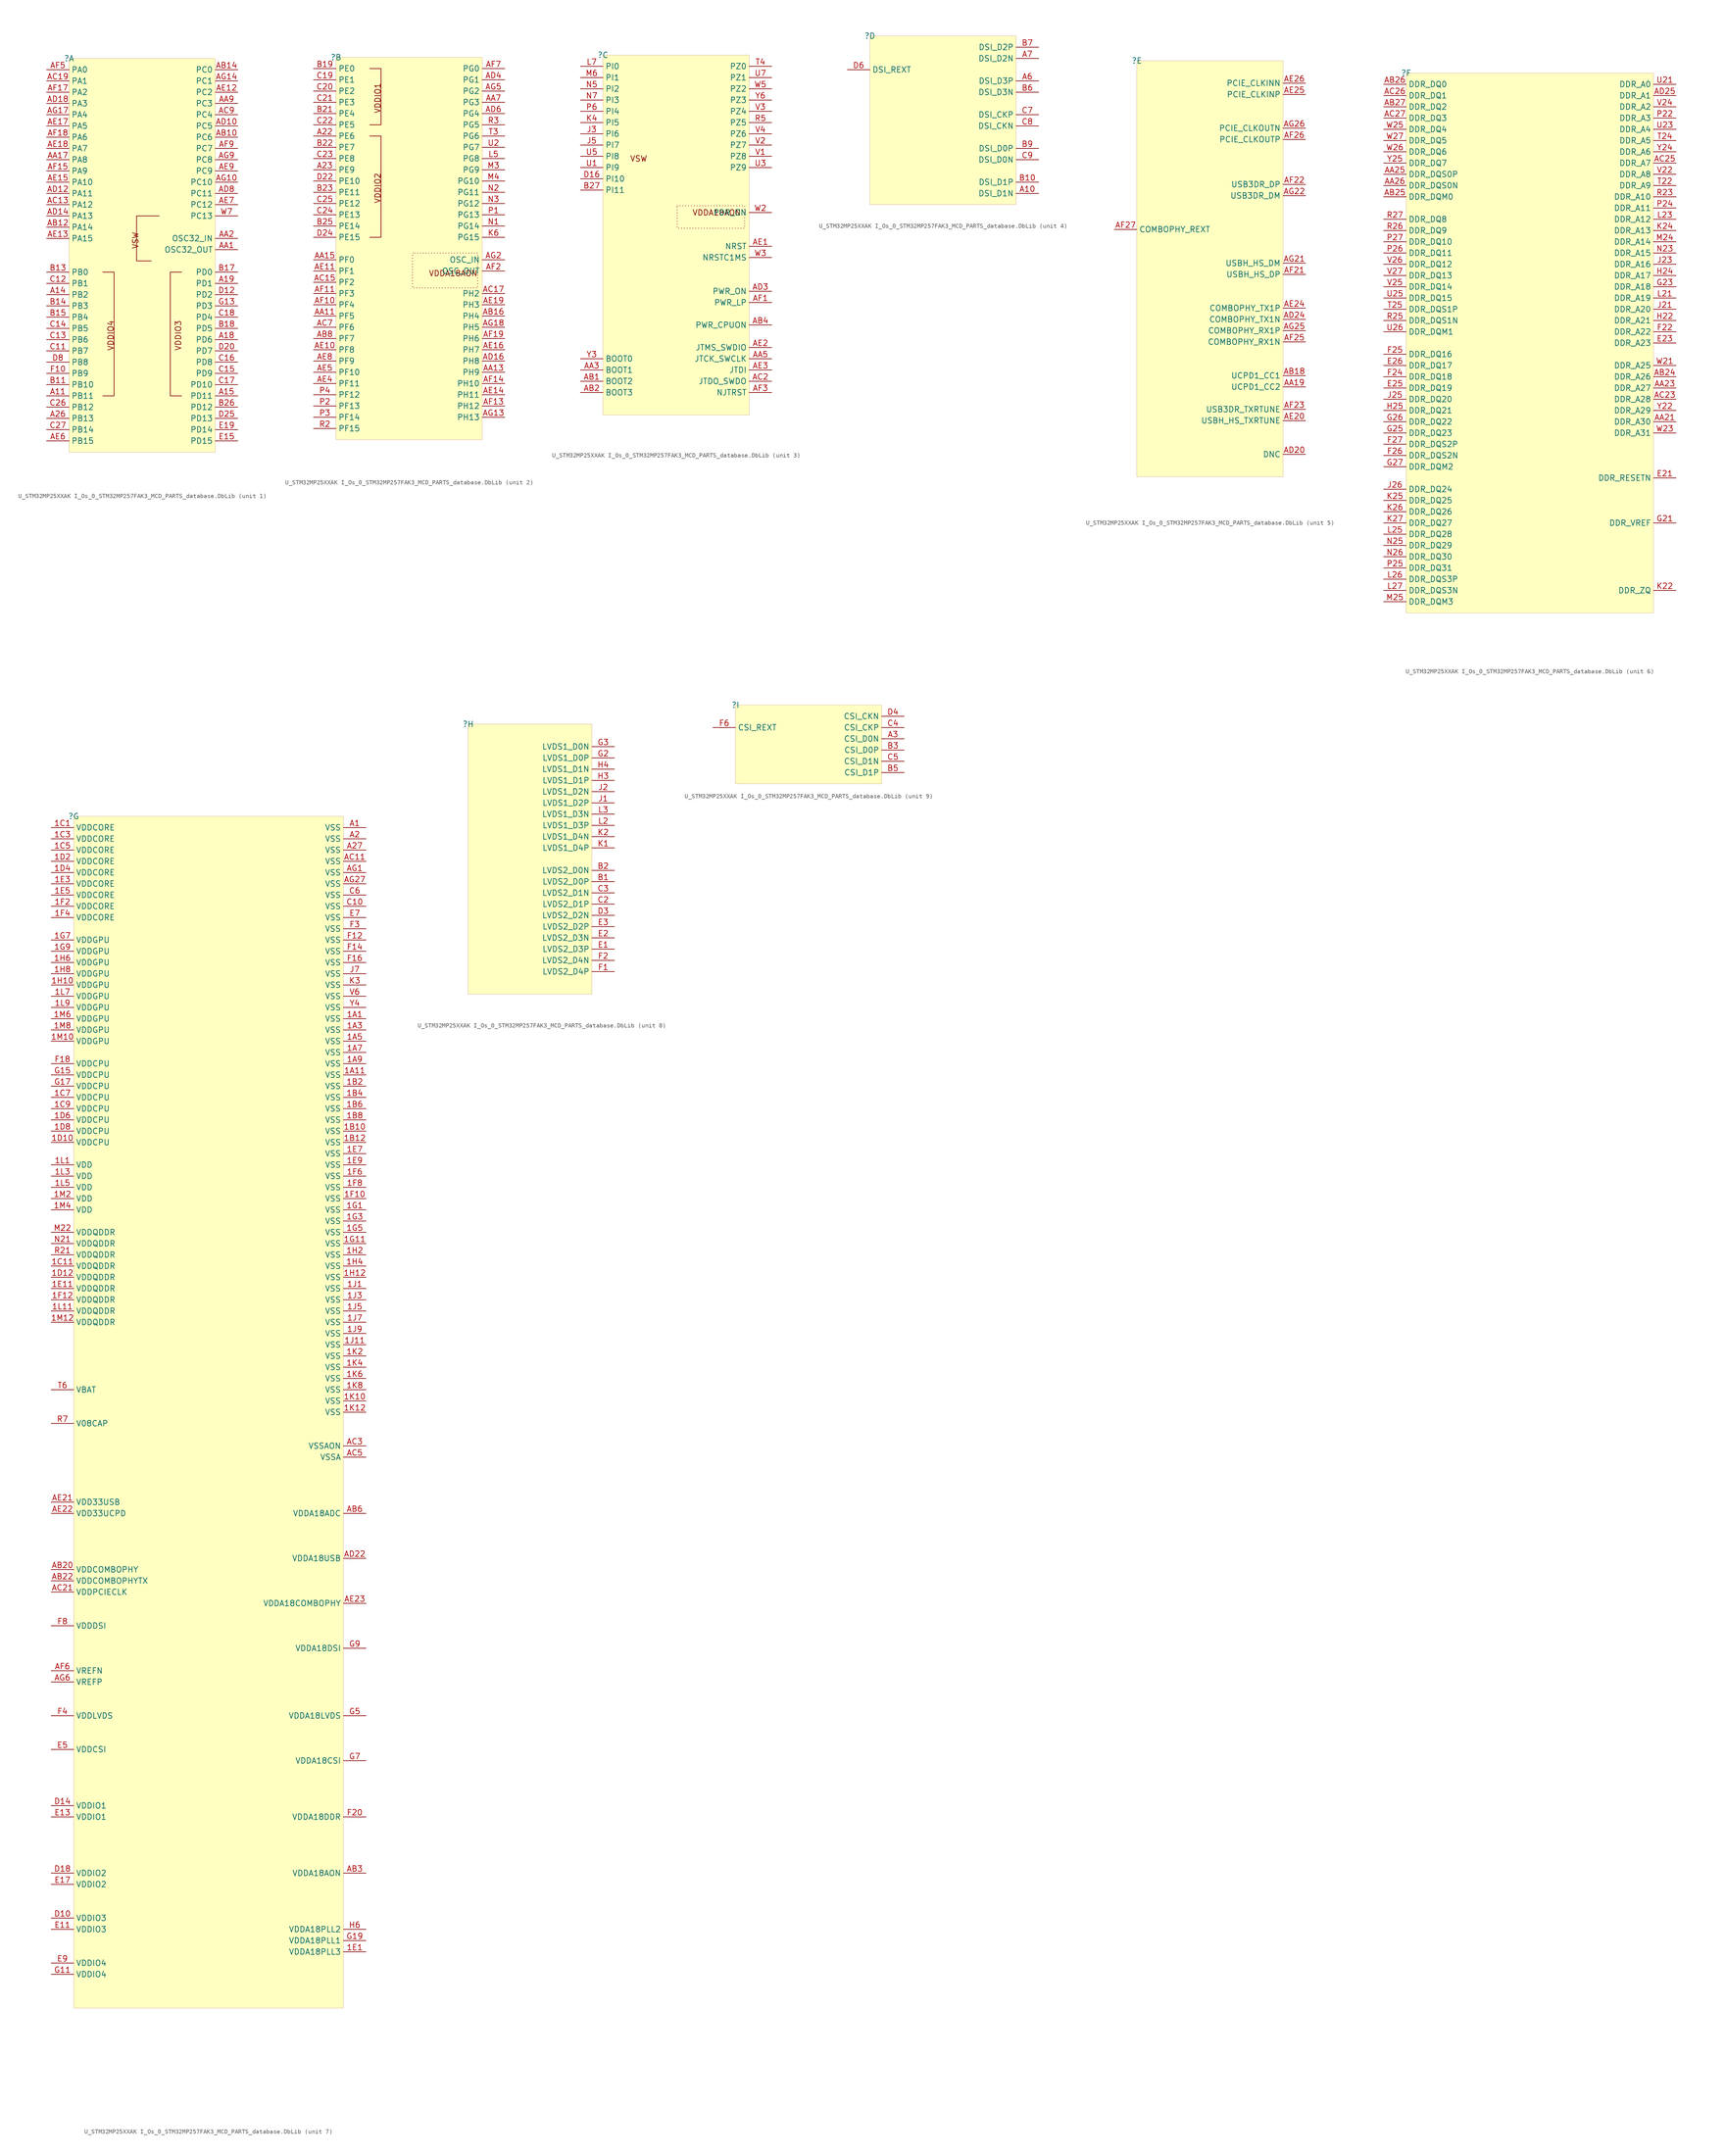
<source format=kicad_sym>
(kicad_symbol_lib
  (version 20241209)
  (generator "kicad_symbol_editor")
  (generator_version "9.0")
  (symbol "U_STM32MP25XXAK I_Os_0_STM32MP257FAK3_MCD_PARTS_database.DbLib"
    (property "Reference" ""
      (at 0 0 0)
      (effects (font (size 1.27 1.27))))
    (property "Value" ""
      (at 0 0 0)
      (effects (font (size 1.27 1.27))))
    (symbol "U_STM32MP25XXAK I_Os_0_STM32MP257FAK3_MCD_PARTS_database.DbLib_1_0"
      (polyline (pts (xy 7.62 -48.26) (xy 10.16 -48.26) (xy 10.16 -76.2) (xy 7.62 -76.2)) (stroke (width 0) (type solid)) (fill (type none)))
      (polyline (pts (xy 20.32 -35.56) (xy 15.24 -35.56) (xy 15.24 -45.72) (xy 18.542 -45.72)) (stroke (width 0) (type solid)) (fill (type none)))
      (polyline (pts (xy 25.4 -48.26) (xy 22.86 -48.26) (xy 22.86 -76.2) (xy 25.4 -76.2)) (stroke (width 0) (type solid)) (fill (type none)))
      (rectangle (start 33.02 0) (end 0 -88.9) (stroke (width 0.025) (type solid) (color 128 0 0 1)) (fill (type background)))
      (text "VDDIO4" (at 10.16 -66.04 900) (effects (font (size 1.27 1.27)) (justify left bottom)))
      (text "VSW" (at 15.748 -39.116 900) (effects (font (size 1.27 1.27)) (justify right bottom)))
      (text "VDDIO3" (at 25.4 -66.04 900) (effects (font (size 1.27 1.27)) (justify left bottom)))
      (pin passive line (at -5.08 -2.54 0) (length 5.08) (name "PA0" (effects (font (size 1.27 1.27)))) (number "AF5" (effects (font (size 1.27 1.27)))))
      (pin passive line (at -5.08 -5.08 0) (length 5.08) (name "PA1" (effects (font (size 1.27 1.27)))) (number "AC19" (effects (font (size 1.27 1.27)))))
      (pin passive line (at -5.08 -7.62 0) (length 5.08) (name "PA2" (effects (font (size 1.27 1.27)))) (number "AF17" (effects (font (size 1.27 1.27)))))
      (pin passive line (at -5.08 -10.16 0) (length 5.08) (name "PA3" (effects (font (size 1.27 1.27)))) (number "AD18" (effects (font (size 1.27 1.27)))))
      (pin passive line (at -5.08 -12.7 0) (length 5.08) (name "PA4" (effects (font (size 1.27 1.27)))) (number "AG17" (effects (font (size 1.27 1.27)))))
      (pin passive line (at -5.08 -15.24 0) (length 5.08) (name "PA5" (effects (font (size 1.27 1.27)))) (number "AE17" (effects (font (size 1.27 1.27)))))
      (pin passive line (at -5.08 -17.78 0) (length 5.08) (name "PA6" (effects (font (size 1.27 1.27)))) (number "AF18" (effects (font (size 1.27 1.27)))))
      (pin passive line (at -5.08 -20.32 0) (length 5.08) (name "PA7" (effects (font (size 1.27 1.27)))) (number "AE18" (effects (font (size 1.27 1.27)))))
      (pin passive line (at -5.08 -22.86 0) (length 5.08) (name "PA8" (effects (font (size 1.27 1.27)))) (number "AA17" (effects (font (size 1.27 1.27)))))
      (pin passive line (at -5.08 -25.4 0) (length 5.08) (name "PA9" (effects (font (size 1.27 1.27)))) (number "AF15" (effects (font (size 1.27 1.27)))))
      (pin passive line (at -5.08 -27.94 0) (length 5.08) (name "PA10" (effects (font (size 1.27 1.27)))) (number "AE15" (effects (font (size 1.27 1.27)))))
      (pin passive line (at -5.08 -30.48 0) (length 5.08) (name "PA11" (effects (font (size 1.27 1.27)))) (number "AD12" (effects (font (size 1.27 1.27)))))
      (pin passive line (at -5.08 -33.02 0) (length 5.08) (name "PA12" (effects (font (size 1.27 1.27)))) (number "AC13" (effects (font (size 1.27 1.27)))))
      (pin passive line (at -5.08 -35.56 0) (length 5.08) (name "PA13" (effects (font (size 1.27 1.27)))) (number "AD14" (effects (font (size 1.27 1.27)))))
      (pin passive line (at -5.08 -38.1 0) (length 5.08) (name "PA14" (effects (font (size 1.27 1.27)))) (number "AB12" (effects (font (size 1.27 1.27)))))
      (pin passive line (at -5.08 -40.64 0) (length 5.08) (name "PA15" (effects (font (size 1.27 1.27)))) (number "AE13" (effects (font (size 1.27 1.27)))))
      (pin passive line (at -5.08 -48.26 0) (length 5.08) (name "PB0" (effects (font (size 1.27 1.27)))) (number "B13" (effects (font (size 1.27 1.27)))))
      (pin passive line (at -5.08 -50.8 0) (length 5.08) (name "PB1" (effects (font (size 1.27 1.27)))) (number "C12" (effects (font (size 1.27 1.27)))))
      (pin passive line (at -5.08 -53.34 0) (length 5.08) (name "PB2" (effects (font (size 1.27 1.27)))) (number "A14" (effects (font (size 1.27 1.27)))))
      (pin passive line (at -5.08 -55.88 0) (length 5.08) (name "PB3" (effects (font (size 1.27 1.27)))) (number "B14" (effects (font (size 1.27 1.27)))))
      (pin passive line (at -5.08 -58.42 0) (length 5.08) (name "PB4" (effects (font (size 1.27 1.27)))) (number "B15" (effects (font (size 1.27 1.27)))))
      (pin passive line (at -5.08 -60.96 0) (length 5.08) (name "PB5" (effects (font (size 1.27 1.27)))) (number "C14" (effects (font (size 1.27 1.27)))))
      (pin passive line (at -5.08 -63.5 0) (length 5.08) (name "PB6" (effects (font (size 1.27 1.27)))) (number "C13" (effects (font (size 1.27 1.27)))))
      (pin passive line (at -5.08 -66.04 0) (length 5.08) (name "PB7" (effects (font (size 1.27 1.27)))) (number "C11" (effects (font (size 1.27 1.27)))))
      (pin passive line (at -5.08 -68.58 0) (length 5.08) (name "PB8" (effects (font (size 1.27 1.27)))) (number "D8" (effects (font (size 1.27 1.27)))))
      (pin passive line (at -5.08 -71.12 0) (length 5.08) (name "PB9" (effects (font (size 1.27 1.27)))) (number "F10" (effects (font (size 1.27 1.27)))))
      (pin passive line (at -5.08 -73.66 0) (length 5.08) (name "PB10" (effects (font (size 1.27 1.27)))) (number "B11" (effects (font (size 1.27 1.27)))))
      (pin passive line (at -5.08 -76.2 0) (length 5.08) (name "PB11" (effects (font (size 1.27 1.27)))) (number "A11" (effects (font (size 1.27 1.27)))))
      (pin passive line (at -5.08 -78.74 0) (length 5.08) (name "PB12" (effects (font (size 1.27 1.27)))) (number "C26" (effects (font (size 1.27 1.27)))))
      (pin passive line (at -5.08 -81.28 0) (length 5.08) (name "PB13" (effects (font (size 1.27 1.27)))) (number "A26" (effects (font (size 1.27 1.27)))))
      (pin passive line (at -5.08 -83.82 0) (length 5.08) (name "PB14" (effects (font (size 1.27 1.27)))) (number "C27" (effects (font (size 1.27 1.27)))))
      (pin passive line (at -5.08 -86.36 0) (length 5.08) (name "PB15" (effects (font (size 1.27 1.27)))) (number "AE6" (effects (font (size 1.27 1.27)))))
      (pin passive line (at 38.1 -2.54 180) (length 5.08) (name "PC0" (effects (font (size 1.27 1.27)))) (number "AB14" (effects (font (size 1.27 1.27)))))
      (pin passive line (at 38.1 -5.08 180) (length 5.08) (name "PC1" (effects (font (size 1.27 1.27)))) (number "AG14" (effects (font (size 1.27 1.27)))))
      (pin passive line (at 38.1 -7.62 180) (length 5.08) (name "PC2" (effects (font (size 1.27 1.27)))) (number "AE12" (effects (font (size 1.27 1.27)))))
      (pin passive line (at 38.1 -10.16 180) (length 5.08) (name "PC3" (effects (font (size 1.27 1.27)))) (number "AA9" (effects (font (size 1.27 1.27)))))
      (pin passive line (at 38.1 -12.7 180) (length 5.08) (name "PC4" (effects (font (size 1.27 1.27)))) (number "AC9" (effects (font (size 1.27 1.27)))))
      (pin passive line (at 38.1 -15.24 180) (length 5.08) (name "PC5" (effects (font (size 1.27 1.27)))) (number "AD10" (effects (font (size 1.27 1.27)))))
      (pin passive line (at 38.1 -17.78 180) (length 5.08) (name "PC6" (effects (font (size 1.27 1.27)))) (number "AB10" (effects (font (size 1.27 1.27)))))
      (pin passive line (at 38.1 -20.32 180) (length 5.08) (name "PC7" (effects (font (size 1.27 1.27)))) (number "AF9" (effects (font (size 1.27 1.27)))))
      (pin passive line (at 38.1 -22.86 180) (length 5.08) (name "PC8" (effects (font (size 1.27 1.27)))) (number "AG9" (effects (font (size 1.27 1.27)))))
      (pin passive line (at 38.1 -25.4 180) (length 5.08) (name "PC9" (effects (font (size 1.27 1.27)))) (number "AE9" (effects (font (size 1.27 1.27)))))
      (pin passive line (at 38.1 -27.94 180) (length 5.08) (name "PC10" (effects (font (size 1.27 1.27)))) (number "AG10" (effects (font (size 1.27 1.27)))))
      (pin passive line (at 38.1 -30.48 180) (length 5.08) (name "PC11" (effects (font (size 1.27 1.27)))) (number "AD8" (effects (font (size 1.27 1.27)))))
      (pin passive line (at 38.1 -33.02 180) (length 5.08) (name "PC12" (effects (font (size 1.27 1.27)))) (number "AE7" (effects (font (size 1.27 1.27)))))
      (pin passive line (at 38.1 -35.56 180) (length 5.08) (name "PC13" (effects (font (size 1.27 1.27)))) (number "W7" (effects (font (size 1.27 1.27)))))
      (pin passive line (at 38.1 -40.64 180) (length 5.08) (name "OSC32_IN" (effects (font (size 1.27 1.27)))) (number "AA2" (effects (font (size 1.27 1.27)))))
      (pin passive line (at 38.1 -43.18 180) (length 5.08) (name "OSC32_OUT" (effects (font (size 1.27 1.27)))) (number "AA1" (effects (font (size 1.27 1.27)))))
      (pin passive line (at 38.1 -48.26 180) (length 5.08) (name "PD0" (effects (font (size 1.27 1.27)))) (number "B17" (effects (font (size 1.27 1.27)))))
      (pin passive line (at 38.1 -50.8 180) (length 5.08) (name "PD1" (effects (font (size 1.27 1.27)))) (number "A19" (effects (font (size 1.27 1.27)))))
      (pin passive line (at 38.1 -53.34 180) (length 5.08) (name "PD2" (effects (font (size 1.27 1.27)))) (number "D12" (effects (font (size 1.27 1.27)))))
      (pin passive line (at 38.1 -55.88 180) (length 5.08) (name "PD3" (effects (font (size 1.27 1.27)))) (number "G13" (effects (font (size 1.27 1.27)))))
      (pin passive line (at 38.1 -58.42 180) (length 5.08) (name "PD4" (effects (font (size 1.27 1.27)))) (number "C18" (effects (font (size 1.27 1.27)))))
      (pin passive line (at 38.1 -60.96 180) (length 5.08) (name "PD5" (effects (font (size 1.27 1.27)))) (number "B18" (effects (font (size 1.27 1.27)))))
      (pin passive line (at 38.1 -63.5 180) (length 5.08) (name "PD6" (effects (font (size 1.27 1.27)))) (number "A18" (effects (font (size 1.27 1.27)))))
      (pin passive line (at 38.1 -66.04 180) (length 5.08) (name "PD7" (effects (font (size 1.27 1.27)))) (number "D20" (effects (font (size 1.27 1.27)))))
      (pin passive line (at 38.1 -68.58 180) (length 5.08) (name "PD8" (effects (font (size 1.27 1.27)))) (number "C16" (effects (font (size 1.27 1.27)))))
      (pin passive line (at 38.1 -71.12 180) (length 5.08) (name "PD9" (effects (font (size 1.27 1.27)))) (number "C15" (effects (font (size 1.27 1.27)))))
      (pin passive line (at 38.1 -73.66 180) (length 5.08) (name "PD10" (effects (font (size 1.27 1.27)))) (number "C17" (effects (font (size 1.27 1.27)))))
      (pin passive line (at 38.1 -76.2 180) (length 5.08) (name "PD11" (effects (font (size 1.27 1.27)))) (number "A15" (effects (font (size 1.27 1.27)))))
      (pin passive line (at 38.1 -78.74 180) (length 5.08) (name "PD12" (effects (font (size 1.27 1.27)))) (number "B26" (effects (font (size 1.27 1.27)))))
      (pin passive line (at 38.1 -81.28 180) (length 5.08) (name "PD13" (effects (font (size 1.27 1.27)))) (number "D25" (effects (font (size 1.27 1.27)))))
      (pin passive line (at 38.1 -83.82 180) (length 5.08) (name "PD14" (effects (font (size 1.27 1.27)))) (number "E19" (effects (font (size 1.27 1.27)))))
      (pin passive line (at 38.1 -86.36 180) (length 5.08) (name "PD15" (effects (font (size 1.27 1.27)))) (number "E15" (effects (font (size 1.27 1.27))))))
    (symbol "U_STM32MP25XXAK I_Os_0_STM32MP257FAK3_MCD_PARTS_database.DbLib_2_0"
      (polyline (pts (xy 7.62 -2.54) (xy 10.16 -2.54) (xy 10.16 -15.24) (xy 7.62 -15.24)) (stroke (width 0) (type solid)) (fill (type none)))
      (polyline (pts (xy 7.62 -17.78) (xy 10.16 -17.78) (xy 10.16 -40.64) (xy 7.62 -40.64)) (stroke (width 0) (type solid)) (fill (type none)))
      (polyline (pts (xy 17.78 -44.196) (xy 32.004 -44.196) (xy 32.004 -52.07) (xy 17.272 -52.07) (xy 17.272 -44.196) (xy 17.78 -44.196)) (stroke (width 0) (type dot)) (fill (type none)))
      (rectangle (start 33.02 0) (end 0 -86.36) (stroke (width 0.025) (type solid) (color 128 0 0 1)) (fill (type background)))
      (text "VDDIO1" (at 10.16 -12.7 900) (effects (font (size 1.27 1.27)) (justify left bottom)))
      (text "VDDIO2" (at 10.16 -33.02 900) (effects (font (size 1.27 1.27)) (justify left bottom)))
      (text "VDDA18AON" (at 32.004 -49.53 0) (effects (font (size 1.27 1.27)) (justify right bottom)))
      (pin passive line (at -5.08 -2.54 0) (length 5.08) (name "PE0" (effects (font (size 1.27 1.27)))) (number "B19" (effects (font (size 1.27 1.27)))))
      (pin passive line (at -5.08 -5.08 0) (length 5.08) (name "PE1" (effects (font (size 1.27 1.27)))) (number "C19" (effects (font (size 1.27 1.27)))))
      (pin passive line (at -5.08 -7.62 0) (length 5.08) (name "PE2" (effects (font (size 1.27 1.27)))) (number "C20" (effects (font (size 1.27 1.27)))))
      (pin passive line (at -5.08 -10.16 0) (length 5.08) (name "PE3" (effects (font (size 1.27 1.27)))) (number "C21" (effects (font (size 1.27 1.27)))))
      (pin passive line (at -5.08 -12.7 0) (length 5.08) (name "PE4" (effects (font (size 1.27 1.27)))) (number "B21" (effects (font (size 1.27 1.27)))))
      (pin passive line (at -5.08 -15.24 0) (length 5.08) (name "PE5" (effects (font (size 1.27 1.27)))) (number "C22" (effects (font (size 1.27 1.27)))))
      (pin passive line (at -5.08 -17.78 0) (length 5.08) (name "PE6" (effects (font (size 1.27 1.27)))) (number "A22" (effects (font (size 1.27 1.27)))))
      (pin passive line (at -5.08 -20.32 0) (length 5.08) (name "PE7" (effects (font (size 1.27 1.27)))) (number "B22" (effects (font (size 1.27 1.27)))))
      (pin passive line (at -5.08 -22.86 0) (length 5.08) (name "PE8" (effects (font (size 1.27 1.27)))) (number "C23" (effects (font (size 1.27 1.27)))))
      (pin passive line (at -5.08 -25.4 0) (length 5.08) (name "PE9" (effects (font (size 1.27 1.27)))) (number "A23" (effects (font (size 1.27 1.27)))))
      (pin passive line (at -5.08 -27.94 0) (length 5.08) (name "PE10" (effects (font (size 1.27 1.27)))) (number "D22" (effects (font (size 1.27 1.27)))))
      (pin passive line (at -5.08 -30.48 0) (length 5.08) (name "PE11" (effects (font (size 1.27 1.27)))) (number "B23" (effects (font (size 1.27 1.27)))))
      (pin passive line (at -5.08 -33.02 0) (length 5.08) (name "PE12" (effects (font (size 1.27 1.27)))) (number "C25" (effects (font (size 1.27 1.27)))))
      (pin passive line (at -5.08 -35.56 0) (length 5.08) (name "PE13" (effects (font (size 1.27 1.27)))) (number "C24" (effects (font (size 1.27 1.27)))))
      (pin passive line (at -5.08 -38.1 0) (length 5.08) (name "PE14" (effects (font (size 1.27 1.27)))) (number "B25" (effects (font (size 1.27 1.27)))))
      (pin passive line (at -5.08 -40.64 0) (length 5.08) (name "PE15" (effects (font (size 1.27 1.27)))) (number "D24" (effects (font (size 1.27 1.27)))))
      (pin passive line (at -5.08 -45.72 0) (length 5.08) (name "PF0" (effects (font (size 1.27 1.27)))) (number "AA15" (effects (font (size 1.27 1.27)))))
      (pin passive line (at -5.08 -48.26 0) (length 5.08) (name "PF1" (effects (font (size 1.27 1.27)))) (number "AE11" (effects (font (size 1.27 1.27)))))
      (pin passive line (at -5.08 -50.8 0) (length 5.08) (name "PF2" (effects (font (size 1.27 1.27)))) (number "AC15" (effects (font (size 1.27 1.27)))))
      (pin passive line (at -5.08 -53.34 0) (length 5.08) (name "PF3" (effects (font (size 1.27 1.27)))) (number "AF11" (effects (font (size 1.27 1.27)))))
      (pin passive line (at -5.08 -55.88 0) (length 5.08) (name "PF4" (effects (font (size 1.27 1.27)))) (number "AF10" (effects (font (size 1.27 1.27)))))
      (pin passive line (at -5.08 -58.42 0) (length 5.08) (name "PF5" (effects (font (size 1.27 1.27)))) (number "AA11" (effects (font (size 1.27 1.27)))))
      (pin passive line (at -5.08 -60.96 0) (length 5.08) (name "PF6" (effects (font (size 1.27 1.27)))) (number "AC7" (effects (font (size 1.27 1.27)))))
      (pin passive line (at -5.08 -63.5 0) (length 5.08) (name "PF7" (effects (font (size 1.27 1.27)))) (number "AB8" (effects (font (size 1.27 1.27)))))
      (pin passive line (at -5.08 -66.04 0) (length 5.08) (name "PF8" (effects (font (size 1.27 1.27)))) (number "AE10" (effects (font (size 1.27 1.27)))))
      (pin passive line (at -5.08 -68.58 0) (length 5.08) (name "PF9" (effects (font (size 1.27 1.27)))) (number "AE8" (effects (font (size 1.27 1.27)))))
      (pin passive line (at -5.08 -71.12 0) (length 5.08) (name "PF10" (effects (font (size 1.27 1.27)))) (number "AE5" (effects (font (size 1.27 1.27)))))
      (pin passive line (at -5.08 -73.66 0) (length 5.08) (name "PF11" (effects (font (size 1.27 1.27)))) (number "AE4" (effects (font (size 1.27 1.27)))))
      (pin passive line (at -5.08 -76.2 0) (length 5.08) (name "PF12" (effects (font (size 1.27 1.27)))) (number "P4" (effects (font (size 1.27 1.27)))))
      (pin passive line (at -5.08 -78.74 0) (length 5.08) (name "PF13" (effects (font (size 1.27 1.27)))) (number "P2" (effects (font (size 1.27 1.27)))))
      (pin passive line (at -5.08 -81.28 0) (length 5.08) (name "PF14" (effects (font (size 1.27 1.27)))) (number "P3" (effects (font (size 1.27 1.27)))))
      (pin passive line (at -5.08 -83.82 0) (length 5.08) (name "PF15" (effects (font (size 1.27 1.27)))) (number "R2" (effects (font (size 1.27 1.27)))))
      (pin passive line (at 38.1 -2.54 180) (length 5.08) (name "PG0" (effects (font (size 1.27 1.27)))) (number "AF7" (effects (font (size 1.27 1.27)))))
      (pin passive line (at 38.1 -5.08 180) (length 5.08) (name "PG1" (effects (font (size 1.27 1.27)))) (number "AD4" (effects (font (size 1.27 1.27)))))
      (pin passive line (at 38.1 -7.62 180) (length 5.08) (name "PG2" (effects (font (size 1.27 1.27)))) (number "AG5" (effects (font (size 1.27 1.27)))))
      (pin passive line (at 38.1 -10.16 180) (length 5.08) (name "PG3" (effects (font (size 1.27 1.27)))) (number "AA7" (effects (font (size 1.27 1.27)))))
      (pin passive line (at 38.1 -12.7 180) (length 5.08) (name "PG4" (effects (font (size 1.27 1.27)))) (number "AD6" (effects (font (size 1.27 1.27)))))
      (pin passive line (at 38.1 -15.24 180) (length 5.08) (name "PG5" (effects (font (size 1.27 1.27)))) (number "R3" (effects (font (size 1.27 1.27)))))
      (pin passive line (at 38.1 -17.78 180) (length 5.08) (name "PG6" (effects (font (size 1.27 1.27)))) (number "T3" (effects (font (size 1.27 1.27)))))
      (pin passive line (at 38.1 -20.32 180) (length 5.08) (name "PG7" (effects (font (size 1.27 1.27)))) (number "U2" (effects (font (size 1.27 1.27)))))
      (pin passive line (at 38.1 -22.86 180) (length 5.08) (name "PG8" (effects (font (size 1.27 1.27)))) (number "L5" (effects (font (size 1.27 1.27)))))
      (pin passive line (at 38.1 -25.4 180) (length 5.08) (name "PG9" (effects (font (size 1.27 1.27)))) (number "M3" (effects (font (size 1.27 1.27)))))
      (pin passive line (at 38.1 -27.94 180) (length 5.08) (name "PG10" (effects (font (size 1.27 1.27)))) (number "M4" (effects (font (size 1.27 1.27)))))
      (pin passive line (at 38.1 -30.48 180) (length 5.08) (name "PG11" (effects (font (size 1.27 1.27)))) (number "N2" (effects (font (size 1.27 1.27)))))
      (pin passive line (at 38.1 -33.02 180) (length 5.08) (name "PG12" (effects (font (size 1.27 1.27)))) (number "N3" (effects (font (size 1.27 1.27)))))
      (pin passive line (at 38.1 -35.56 180) (length 5.08) (name "PG13" (effects (font (size 1.27 1.27)))) (number "P1" (effects (font (size 1.27 1.27)))))
      (pin passive line (at 38.1 -38.1 180) (length 5.08) (name "PG14" (effects (font (size 1.27 1.27)))) (number "N1" (effects (font (size 1.27 1.27)))))
      (pin passive line (at 38.1 -40.64 180) (length 5.08) (name "PG15" (effects (font (size 1.27 1.27)))) (number "K6" (effects (font (size 1.27 1.27)))))
      (pin passive line (at 38.1 -45.72 180) (length 5.08) (name "OSC_IN" (effects (font (size 1.27 1.27)))) (number "AG2" (effects (font (size 1.27 1.27)))))
      (pin passive line (at 38.1 -48.26 180) (length 5.08) (name "OSC_OUT" (effects (font (size 1.27 1.27)))) (number "AF2" (effects (font (size 1.27 1.27)))))
      (pin passive line (at 38.1 -53.34 180) (length 5.08) (name "PH2" (effects (font (size 1.27 1.27)))) (number "AC17" (effects (font (size 1.27 1.27)))))
      (pin passive line (at 38.1 -55.88 180) (length 5.08) (name "PH3" (effects (font (size 1.27 1.27)))) (number "AE19" (effects (font (size 1.27 1.27)))))
      (pin passive line (at 38.1 -58.42 180) (length 5.08) (name "PH4" (effects (font (size 1.27 1.27)))) (number "AB16" (effects (font (size 1.27 1.27)))))
      (pin passive line (at 38.1 -60.96 180) (length 5.08) (name "PH5" (effects (font (size 1.27 1.27)))) (number "AG18" (effects (font (size 1.27 1.27)))))
      (pin passive line (at 38.1 -63.5 180) (length 5.08) (name "PH6" (effects (font (size 1.27 1.27)))) (number "AF19" (effects (font (size 1.27 1.27)))))
      (pin passive line (at 38.1 -66.04 180) (length 5.08) (name "PH7" (effects (font (size 1.27 1.27)))) (number "AE16" (effects (font (size 1.27 1.27)))))
      (pin passive line (at 38.1 -68.58 180) (length 5.08) (name "PH8" (effects (font (size 1.27 1.27)))) (number "AD16" (effects (font (size 1.27 1.27)))))
      (pin passive line (at 38.1 -71.12 180) (length 5.08) (name "PH9" (effects (font (size 1.27 1.27)))) (number "AA13" (effects (font (size 1.27 1.27)))))
      (pin passive line (at 38.1 -73.66 180) (length 5.08) (name "PH10" (effects (font (size 1.27 1.27)))) (number "AF14" (effects (font (size 1.27 1.27)))))
      (pin passive line (at 38.1 -76.2 180) (length 5.08) (name "PH11" (effects (font (size 1.27 1.27)))) (number "AE14" (effects (font (size 1.27 1.27)))))
      (pin passive line (at 38.1 -78.74 180) (length 5.08) (name "PH12" (effects (font (size 1.27 1.27)))) (number "AF13" (effects (font (size 1.27 1.27)))))
      (pin passive line (at 38.1 -81.28 180) (length 5.08) (name "PH13" (effects (font (size 1.27 1.27)))) (number "AG13" (effects (font (size 1.27 1.27))))))
    (symbol "U_STM32MP25XXAK I_Os_0_STM32MP257FAK3_MCD_PARTS_database.DbLib_3_0"
      (polyline (pts (xy 16.764 -34.036) (xy 32.004 -34.036) (xy 32.004 -39.116) (xy 16.764 -39.116) (xy 16.764 -34.036)) (stroke (width 0) (type dot)) (fill (type none)))
      (rectangle (start 33.02 0) (end 0 -81.28) (stroke (width 0.025) (type solid) (color 128 0 0 1)) (fill (type background)))
      (text "VSW" (at 6.096 -24.13 0) (effects (font (size 1.27 1.27)) (justify left bottom)))
      (text "VDDA18AON" (at 31.242 -36.322 0) (effects (font (size 1.27 1.27)) (justify right bottom)))
      (pin passive line (at -5.08 -2.54 0) (length 5.08) (name "PI0" (effects (font (size 1.27 1.27)))) (number "L7" (effects (font (size 1.27 1.27)))))
      (pin passive line (at -5.08 -5.08 0) (length 5.08) (name "PI1" (effects (font (size 1.27 1.27)))) (number "M6" (effects (font (size 1.27 1.27)))))
      (pin passive line (at -5.08 -7.62 0) (length 5.08) (name "PI2" (effects (font (size 1.27 1.27)))) (number "N5" (effects (font (size 1.27 1.27)))))
      (pin passive line (at -5.08 -10.16 0) (length 5.08) (name "PI3" (effects (font (size 1.27 1.27)))) (number "N7" (effects (font (size 1.27 1.27)))))
      (pin passive line (at -5.08 -12.7 0) (length 5.08) (name "PI4" (effects (font (size 1.27 1.27)))) (number "P6" (effects (font (size 1.27 1.27)))))
      (pin passive line (at -5.08 -15.24 0) (length 5.08) (name "PI5" (effects (font (size 1.27 1.27)))) (number "K4" (effects (font (size 1.27 1.27)))))
      (pin passive line (at -5.08 -17.78 0) (length 5.08) (name "PI6" (effects (font (size 1.27 1.27)))) (number "J3" (effects (font (size 1.27 1.27)))))
      (pin passive line (at -5.08 -20.32 0) (length 5.08) (name "PI7" (effects (font (size 1.27 1.27)))) (number "J5" (effects (font (size 1.27 1.27)))))
      (pin passive line (at -5.08 -22.86 0) (length 5.08) (name "PI8" (effects (font (size 1.27 1.27)))) (number "U5" (effects (font (size 1.27 1.27)))))
      (pin passive line (at -5.08 -25.4 0) (length 5.08) (name "PI9" (effects (font (size 1.27 1.27)))) (number "U1" (effects (font (size 1.27 1.27)))))
      (pin passive line (at -5.08 -27.94 0) (length 5.08) (name "PI10" (effects (font (size 1.27 1.27)))) (number "D16" (effects (font (size 1.27 1.27)))))
      (pin passive line (at -5.08 -30.48 0) (length 5.08) (name "PI11" (effects (font (size 1.27 1.27)))) (number "B27" (effects (font (size 1.27 1.27)))))
      (pin passive line (at -5.08 -68.58 0) (length 5.08) (name "BOOT0" (effects (font (size 1.27 1.27)))) (number "Y3" (effects (font (size 1.27 1.27)))))
      (pin passive line (at -5.08 -71.12 0) (length 5.08) (name "BOOT1" (effects (font (size 1.27 1.27)))) (number "AA3" (effects (font (size 1.27 1.27)))))
      (pin passive line (at -5.08 -73.66 0) (length 5.08) (name "BOOT2" (effects (font (size 1.27 1.27)))) (number "AB1" (effects (font (size 1.27 1.27)))))
      (pin passive line (at -5.08 -76.2 0) (length 5.08) (name "BOOT3" (effects (font (size 1.27 1.27)))) (number "AB2" (effects (font (size 1.27 1.27)))))
      (pin passive line (at 38.1 -2.54 180) (length 5.08) (name "PZ0" (effects (font (size 1.27 1.27)))) (number "T4" (effects (font (size 1.27 1.27)))))
      (pin passive line (at 38.1 -5.08 180) (length 5.08) (name "PZ1" (effects (font (size 1.27 1.27)))) (number "U7" (effects (font (size 1.27 1.27)))))
      (pin passive line (at 38.1 -7.62 180) (length 5.08) (name "PZ2" (effects (font (size 1.27 1.27)))) (number "W5" (effects (font (size 1.27 1.27)))))
      (pin passive line (at 38.1 -10.16 180) (length 5.08) (name "PZ3" (effects (font (size 1.27 1.27)))) (number "Y6" (effects (font (size 1.27 1.27)))))
      (pin passive line (at 38.1 -12.7 180) (length 5.08) (name "PZ4" (effects (font (size 1.27 1.27)))) (number "V3" (effects (font (size 1.27 1.27)))))
      (pin passive line (at 38.1 -15.24 180) (length 5.08) (name "PZ5" (effects (font (size 1.27 1.27)))) (number "R5" (effects (font (size 1.27 1.27)))))
      (pin passive line (at 38.1 -17.78 180) (length 5.08) (name "PZ6" (effects (font (size 1.27 1.27)))) (number "V4" (effects (font (size 1.27 1.27)))))
      (pin passive line (at 38.1 -20.32 180) (length 5.08) (name "PZ7" (effects (font (size 1.27 1.27)))) (number "V2" (effects (font (size 1.27 1.27)))))
      (pin passive line (at 38.1 -22.86 180) (length 5.08) (name "PZ8" (effects (font (size 1.27 1.27)))) (number "V1" (effects (font (size 1.27 1.27)))))
      (pin passive line (at 38.1 -25.4 180) (length 5.08) (name "PZ9" (effects (font (size 1.27 1.27)))) (number "U3" (effects (font (size 1.27 1.27)))))
      (pin passive line (at 38.1 -35.56 180) (length 5.08) (name "PDR_ON" (effects (font (size 1.27 1.27)))) (number "W2" (effects (font (size 1.27 1.27)))))
      (pin passive line (at 38.1 -43.18 180) (length 5.08) (name "NRST" (effects (font (size 1.27 1.27)))) (number "AE1" (effects (font (size 1.27 1.27)))))
      (pin passive line (at 38.1 -45.72 180) (length 5.08) (name "NRSTC1MS" (effects (font (size 1.27 1.27)))) (number "W3" (effects (font (size 1.27 1.27)))))
      (pin passive line (at 38.1 -53.34 180) (length 5.08) (name "PWR_ON" (effects (font (size 1.27 1.27)))) (number "AD3" (effects (font (size 1.27 1.27)))))
      (pin passive line (at 38.1 -55.88 180) (length 5.08) (name "PWR_LP" (effects (font (size 1.27 1.27)))) (number "AF1" (effects (font (size 1.27 1.27)))))
      (pin passive line (at 38.1 -60.96 180) (length 5.08) (name "PWR_CPUON" (effects (font (size 1.27 1.27)))) (number "AB4" (effects (font (size 1.27 1.27)))))
      (pin passive line (at 38.1 -66.04 180) (length 5.08) (name "JTMS_SWDIO" (effects (font (size 1.27 1.27)))) (number "AE2" (effects (font (size 1.27 1.27)))))
      (pin passive line (at 38.1 -68.58 180) (length 5.08) (name "JTCK_SWCLK" (effects (font (size 1.27 1.27)))) (number "AA5" (effects (font (size 1.27 1.27)))))
      (pin passive line (at 38.1 -71.12 180) (length 5.08) (name "JTDI" (effects (font (size 1.27 1.27)))) (number "AE3" (effects (font (size 1.27 1.27)))))
      (pin passive line (at 38.1 -73.66 180) (length 5.08) (name "JTDO_SWDO" (effects (font (size 1.27 1.27)))) (number "AC2" (effects (font (size 1.27 1.27)))))
      (pin passive line (at 38.1 -76.2 180) (length 5.08) (name "NJTRST" (effects (font (size 1.27 1.27)))) (number "AF3" (effects (font (size 1.27 1.27))))))
    (symbol "U_STM32MP25XXAK I_Os_0_STM32MP257FAK3_MCD_PARTS_database.DbLib_4_0"
      (rectangle (start 33.02 0) (end 0 -38.1) (stroke (width 0.025) (type solid) (color 128 0 0 1)) (fill (type background)))
      (pin passive line (at -5.08 -7.62 0) (length 5.08) (name "DSI_REXT" (effects (font (size 1.27 1.27)))) (number "D6" (effects (font (size 1.27 1.27)))))
      (pin passive line (at 38.1 -2.54 180) (length 5.08) (name "DSI_D2P" (effects (font (size 1.27 1.27)))) (number "B7" (effects (font (size 1.27 1.27)))))
      (pin passive line (at 38.1 -5.08 180) (length 5.08) (name "DSI_D2N" (effects (font (size 1.27 1.27)))) (number "A7" (effects (font (size 1.27 1.27)))))
      (pin passive line (at 38.1 -10.16 180) (length 5.08) (name "DSI_D3P" (effects (font (size 1.27 1.27)))) (number "A6" (effects (font (size 1.27 1.27)))))
      (pin passive line (at 38.1 -12.7 180) (length 5.08) (name "DSI_D3N" (effects (font (size 1.27 1.27)))) (number "B6" (effects (font (size 1.27 1.27)))))
      (pin passive line (at 38.1 -17.78 180) (length 5.08) (name "DSI_CKP" (effects (font (size 1.27 1.27)))) (number "C7" (effects (font (size 1.27 1.27)))))
      (pin passive line (at 38.1 -20.32 180) (length 5.08) (name "DSI_CKN" (effects (font (size 1.27 1.27)))) (number "C8" (effects (font (size 1.27 1.27)))))
      (pin passive line (at 38.1 -25.4 180) (length 5.08) (name "DSI_D0P" (effects (font (size 1.27 1.27)))) (number "B9" (effects (font (size 1.27 1.27)))))
      (pin passive line (at 38.1 -27.94 180) (length 5.08) (name "DSI_D0N" (effects (font (size 1.27 1.27)))) (number "C9" (effects (font (size 1.27 1.27)))))
      (pin passive line (at 38.1 -33.02 180) (length 5.08) (name "DSI_D1P" (effects (font (size 1.27 1.27)))) (number "B10" (effects (font (size 1.27 1.27)))))
      (pin passive line (at 38.1 -35.56 180) (length 5.08) (name "DSI_D1N" (effects (font (size 1.27 1.27)))) (number "A10" (effects (font (size 1.27 1.27))))))
    (symbol "U_STM32MP25XXAK I_Os_0_STM32MP257FAK3_MCD_PARTS_database.DbLib_5_0"
      (rectangle (start 33.02 0) (end 0 -93.98) (stroke (width 0.025) (type solid) (color 128 0 0 1)) (fill (type background)))
      (pin passive line (at -5.08 -38.1 0) (length 5.08) (name "COMBOPHY_REXT" (effects (font (size 1.27 1.27)))) (number "AF27" (effects (font (size 1.27 1.27)))))
      (pin passive line (at 38.1 -5.08 180) (length 5.08) (name "PCIE_CLKINN" (effects (font (size 1.27 1.27)))) (number "AE26" (effects (font (size 1.27 1.27)))))
      (pin passive line (at 38.1 -7.62 180) (length 5.08) (name "PCIE_CLKINP" (effects (font (size 1.27 1.27)))) (number "AE25" (effects (font (size 1.27 1.27)))))
      (pin passive line (at 38.1 -15.24 180) (length 5.08) (name "PCIE_CLKOUTN" (effects (font (size 1.27 1.27)))) (number "AG26" (effects (font (size 1.27 1.27)))))
      (pin passive line (at 38.1 -17.78 180) (length 5.08) (name "PCIE_CLKOUTP" (effects (font (size 1.27 1.27)))) (number "AF26" (effects (font (size 1.27 1.27)))))
      (pin passive line (at 38.1 -27.94 180) (length 5.08) (name "USB3DR_DP" (effects (font (size 1.27 1.27)))) (number "AF22" (effects (font (size 1.27 1.27)))))
      (pin passive line (at 38.1 -30.48 180) (length 5.08) (name "USB3DR_DM" (effects (font (size 1.27 1.27)))) (number "AG22" (effects (font (size 1.27 1.27)))))
      (pin passive line (at 38.1 -45.72 180) (length 5.08) (name "USBH_HS_DM" (effects (font (size 1.27 1.27)))) (number "AG21" (effects (font (size 1.27 1.27)))))
      (pin passive line (at 38.1 -48.26 180) (length 5.08) (name "USBH_HS_DP" (effects (font (size 1.27 1.27)))) (number "AF21" (effects (font (size 1.27 1.27)))))
      (pin passive line (at 38.1 -55.88 180) (length 5.08) (name "COMBOPHY_TX1P" (effects (font (size 1.27 1.27)))) (number "AE24" (effects (font (size 1.27 1.27)))))
      (pin passive line (at 38.1 -58.42 180) (length 5.08) (name "COMBOPHY_TX1N" (effects (font (size 1.27 1.27)))) (number "AD24" (effects (font (size 1.27 1.27)))))
      (pin passive line (at 38.1 -60.96 180) (length 5.08) (name "COMBOPHY_RX1P" (effects (font (size 1.27 1.27)))) (number "AG25" (effects (font (size 1.27 1.27)))))
      (pin passive line (at 38.1 -63.5 180) (length 5.08) (name "COMBOPHY_RX1N" (effects (font (size 1.27 1.27)))) (number "AF25" (effects (font (size 1.27 1.27)))))
      (pin passive line (at 38.1 -71.12 180) (length 5.08) (name "UCPD1_CC1" (effects (font (size 1.27 1.27)))) (number "AB18" (effects (font (size 1.27 1.27)))))
      (pin passive line (at 38.1 -73.66 180) (length 5.08) (name "UCPD1_CC2" (effects (font (size 1.27 1.27)))) (number "AA19" (effects (font (size 1.27 1.27)))))
      (pin passive line (at 38.1 -78.74 180) (length 5.08) (name "USB3DR_TXRTUNE" (effects (font (size 1.27 1.27)))) (number "AF23" (effects (font (size 1.27 1.27)))))
      (pin passive line (at 38.1 -81.28 180) (length 5.08) (name "USBH_HS_TXRTUNE" (effects (font (size 1.27 1.27)))) (number "AE20" (effects (font (size 1.27 1.27)))))
      (pin passive line (at 38.1 -88.9 180) (length 5.08) (name "DNC" (effects (font (size 1.27 1.27)))) (number "AD20" (effects (font (size 1.27 1.27))))))
    (symbol "U_STM32MP25XXAK I_Os_0_STM32MP257FAK3_MCD_PARTS_database.DbLib_6_0"
      (rectangle (start 55.88 0) (end 0 -121.92) (stroke (width 0.025) (type solid) (color 128 0 0 1)) (fill (type background)))
      (pin passive line (at -5.08 -2.54 0) (length 5.08) (name "DDR_DQ0" (effects (font (size 1.27 1.27)))) (number "AB26" (effects (font (size 1.27 1.27)))))
      (pin passive line (at -5.08 -5.08 0) (length 5.08) (name "DDR_DQ1" (effects (font (size 1.27 1.27)))) (number "AC26" (effects (font (size 1.27 1.27)))))
      (pin passive line (at -5.08 -7.62 0) (length 5.08) (name "DDR_DQ2" (effects (font (size 1.27 1.27)))) (number "AB27" (effects (font (size 1.27 1.27)))))
      (pin passive line (at -5.08 -10.16 0) (length 5.08) (name "DDR_DQ3" (effects (font (size 1.27 1.27)))) (number "AC27" (effects (font (size 1.27 1.27)))))
      (pin passive line (at -5.08 -12.7 0) (length 5.08) (name "DDR_DQ4" (effects (font (size 1.27 1.27)))) (number "W25" (effects (font (size 1.27 1.27)))))
      (pin passive line (at -5.08 -15.24 0) (length 5.08) (name "DDR_DQ5" (effects (font (size 1.27 1.27)))) (number "W27" (effects (font (size 1.27 1.27)))))
      (pin passive line (at -5.08 -17.78 0) (length 5.08) (name "DDR_DQ6" (effects (font (size 1.27 1.27)))) (number "W26" (effects (font (size 1.27 1.27)))))
      (pin passive line (at -5.08 -20.32 0) (length 5.08) (name "DDR_DQ7" (effects (font (size 1.27 1.27)))) (number "Y25" (effects (font (size 1.27 1.27)))))
      (pin passive line (at -5.08 -22.86 0) (length 5.08) (name "DDR_DQS0P" (effects (font (size 1.27 1.27)))) (number "AA25" (effects (font (size 1.27 1.27)))))
      (pin passive line (at -5.08 -25.4 0) (length 5.08) (name "DDR_DQS0N" (effects (font (size 1.27 1.27)))) (number "AA26" (effects (font (size 1.27 1.27)))))
      (pin passive line (at -5.08 -27.94 0) (length 5.08) (name "DDR_DQM0" (effects (font (size 1.27 1.27)))) (number "AB25" (effects (font (size 1.27 1.27)))))
      (pin passive line (at -5.08 -33.02 0) (length 5.08) (name "DDR_DQ8" (effects (font (size 1.27 1.27)))) (number "R27" (effects (font (size 1.27 1.27)))))
      (pin passive line (at -5.08 -35.56 0) (length 5.08) (name "DDR_DQ9" (effects (font (size 1.27 1.27)))) (number "R26" (effects (font (size 1.27 1.27)))))
      (pin passive line (at -5.08 -38.1 0) (length 5.08) (name "DDR_DQ10" (effects (font (size 1.27 1.27)))) (number "P27" (effects (font (size 1.27 1.27)))))
      (pin passive line (at -5.08 -40.64 0) (length 5.08) (name "DDR_DQ11" (effects (font (size 1.27 1.27)))) (number "P26" (effects (font (size 1.27 1.27)))))
      (pin passive line (at -5.08 -43.18 0) (length 5.08) (name "DDR_DQ12" (effects (font (size 1.27 1.27)))) (number "V26" (effects (font (size 1.27 1.27)))))
      (pin passive line (at -5.08 -45.72 0) (length 5.08) (name "DDR_DQ13" (effects (font (size 1.27 1.27)))) (number "V27" (effects (font (size 1.27 1.27)))))
      (pin passive line (at -5.08 -48.26 0) (length 5.08) (name "DDR_DQ14" (effects (font (size 1.27 1.27)))) (number "V25" (effects (font (size 1.27 1.27)))))
      (pin passive line (at -5.08 -50.8 0) (length 5.08) (name "DDR_DQ15" (effects (font (size 1.27 1.27)))) (number "U25" (effects (font (size 1.27 1.27)))))
      (pin passive line (at -5.08 -53.34 0) (length 5.08) (name "DDR_DQS1P" (effects (font (size 1.27 1.27)))) (number "T25" (effects (font (size 1.27 1.27)))))
      (pin passive line (at -5.08 -55.88 0) (length 5.08) (name "DDR_DQS1N" (effects (font (size 1.27 1.27)))) (number "R25" (effects (font (size 1.27 1.27)))))
      (pin passive line (at -5.08 -58.42 0) (length 5.08) (name "DDR_DQM1" (effects (font (size 1.27 1.27)))) (number "U26" (effects (font (size 1.27 1.27)))))
      (pin passive line (at -5.08 -63.5 0) (length 5.08) (name "DDR_DQ16" (effects (font (size 1.27 1.27)))) (number "F25" (effects (font (size 1.27 1.27)))))
      (pin passive line (at -5.08 -66.04 0) (length 5.08) (name "DDR_DQ17" (effects (font (size 1.27 1.27)))) (number "E26" (effects (font (size 1.27 1.27)))))
      (pin passive line (at -5.08 -68.58 0) (length 5.08) (name "DDR_DQ18" (effects (font (size 1.27 1.27)))) (number "F24" (effects (font (size 1.27 1.27)))))
      (pin passive line (at -5.08 -71.12 0) (length 5.08) (name "DDR_DQ19" (effects (font (size 1.27 1.27)))) (number "E25" (effects (font (size 1.27 1.27)))))
      (pin passive line (at -5.08 -73.66 0) (length 5.08) (name "DDR_DQ20" (effects (font (size 1.27 1.27)))) (number "J25" (effects (font (size 1.27 1.27)))))
      (pin passive line (at -5.08 -76.2 0) (length 5.08) (name "DDR_DQ21" (effects (font (size 1.27 1.27)))) (number "H25" (effects (font (size 1.27 1.27)))))
      (pin passive line (at -5.08 -78.74 0) (length 5.08) (name "DDR_DQ22" (effects (font (size 1.27 1.27)))) (number "G26" (effects (font (size 1.27 1.27)))))
      (pin passive line (at -5.08 -81.28 0) (length 5.08) (name "DDR_DQ23" (effects (font (size 1.27 1.27)))) (number "G25" (effects (font (size 1.27 1.27)))))
      (pin passive line (at -5.08 -83.82 0) (length 5.08) (name "DDR_DQS2P" (effects (font (size 1.27 1.27)))) (number "F27" (effects (font (size 1.27 1.27)))))
      (pin passive line (at -5.08 -86.36 0) (length 5.08) (name "DDR_DQS2N" (effects (font (size 1.27 1.27)))) (number "F26" (effects (font (size 1.27 1.27)))))
      (pin passive line (at -5.08 -88.9 0) (length 5.08) (name "DDR_DQM2" (effects (font (size 1.27 1.27)))) (number "G27" (effects (font (size 1.27 1.27)))))
      (pin passive line (at -5.08 -93.98 0) (length 5.08) (name "DDR_DQ24" (effects (font (size 1.27 1.27)))) (number "J26" (effects (font (size 1.27 1.27)))))
      (pin passive line (at -5.08 -96.52 0) (length 5.08) (name "DDR_DQ25" (effects (font (size 1.27 1.27)))) (number "K25" (effects (font (size 1.27 1.27)))))
      (pin passive line (at -5.08 -99.06 0) (length 5.08) (name "DDR_DQ26" (effects (font (size 1.27 1.27)))) (number "K26" (effects (font (size 1.27 1.27)))))
      (pin passive line (at -5.08 -101.6 0) (length 5.08) (name "DDR_DQ27" (effects (font (size 1.27 1.27)))) (number "K27" (effects (font (size 1.27 1.27)))))
      (pin passive line (at -5.08 -104.14 0) (length 5.08) (name "DDR_DQ28" (effects (font (size 1.27 1.27)))) (number "L25" (effects (font (size 1.27 1.27)))))
      (pin passive line (at -5.08 -106.68 0) (length 5.08) (name "DDR_DQ29" (effects (font (size 1.27 1.27)))) (number "N25" (effects (font (size 1.27 1.27)))))
      (pin passive line (at -5.08 -109.22 0) (length 5.08) (name "DDR_DQ30" (effects (font (size 1.27 1.27)))) (number "N26" (effects (font (size 1.27 1.27)))))
      (pin passive line (at -5.08 -111.76 0) (length 5.08) (name "DDR_DQ31" (effects (font (size 1.27 1.27)))) (number "P25" (effects (font (size 1.27 1.27)))))
      (pin passive line (at -5.08 -114.3 0) (length 5.08) (name "DDR_DQS3P" (effects (font (size 1.27 1.27)))) (number "L26" (effects (font (size 1.27 1.27)))))
      (pin passive line (at -5.08 -116.84 0) (length 5.08) (name "DDR_DQS3N" (effects (font (size 1.27 1.27)))) (number "L27" (effects (font (size 1.27 1.27)))))
      (pin passive line (at -5.08 -119.38 0) (length 5.08) (name "DDR_DQM3" (effects (font (size 1.27 1.27)))) (number "M25" (effects (font (size 1.27 1.27)))))
      (pin passive line (at 60.96 -2.54 180) (length 5.08) (name "DDR_A0" (effects (font (size 1.27 1.27)))) (number "U21" (effects (font (size 1.27 1.27)))))
      (pin passive line (at 60.96 -5.08 180) (length 5.08) (name "DDR_A1" (effects (font (size 1.27 1.27)))) (number "AD25" (effects (font (size 1.27 1.27)))))
      (pin passive line (at 60.96 -7.62 180) (length 5.08) (name "DDR_A2" (effects (font (size 1.27 1.27)))) (number "V24" (effects (font (size 1.27 1.27)))))
      (pin passive line (at 60.96 -10.16 180) (length 5.08) (name "DDR_A3" (effects (font (size 1.27 1.27)))) (number "P22" (effects (font (size 1.27 1.27)))))
      (pin passive line (at 60.96 -12.7 180) (length 5.08) (name "DDR_A4" (effects (font (size 1.27 1.27)))) (number "U23" (effects (font (size 1.27 1.27)))))
      (pin passive line (at 60.96 -15.24 180) (length 5.08) (name "DDR_A5" (effects (font (size 1.27 1.27)))) (number "T24" (effects (font (size 1.27 1.27)))))
      (pin passive line (at 60.96 -17.78 180) (length 5.08) (name "DDR_A6" (effects (font (size 1.27 1.27)))) (number "Y24" (effects (font (size 1.27 1.27)))))
      (pin passive line (at 60.96 -20.32 180) (length 5.08) (name "DDR_A7" (effects (font (size 1.27 1.27)))) (number "AC25" (effects (font (size 1.27 1.27)))))
      (pin passive line (at 60.96 -22.86 180) (length 5.08) (name "DDR_A8" (effects (font (size 1.27 1.27)))) (number "V22" (effects (font (size 1.27 1.27)))))
      (pin passive line (at 60.96 -25.4 180) (length 5.08) (name "DDR_A9" (effects (font (size 1.27 1.27)))) (number "T22" (effects (font (size 1.27 1.27)))))
      (pin passive line (at 60.96 -27.94 180) (length 5.08) (name "DDR_A10" (effects (font (size 1.27 1.27)))) (number "R23" (effects (font (size 1.27 1.27)))))
      (pin passive line (at 60.96 -30.48 180) (length 5.08) (name "DDR_A11" (effects (font (size 1.27 1.27)))) (number "P24" (effects (font (size 1.27 1.27)))))
      (pin passive line (at 60.96 -33.02 180) (length 5.08) (name "DDR_A12" (effects (font (size 1.27 1.27)))) (number "L23" (effects (font (size 1.27 1.27)))))
      (pin passive line (at 60.96 -35.56 180) (length 5.08) (name "DDR_A13" (effects (font (size 1.27 1.27)))) (number "K24" (effects (font (size 1.27 1.27)))))
      (pin passive line (at 60.96 -38.1 180) (length 5.08) (name "DDR_A14" (effects (font (size 1.27 1.27)))) (number "M24" (effects (font (size 1.27 1.27)))))
      (pin passive line (at 60.96 -40.64 180) (length 5.08) (name "DDR_A15" (effects (font (size 1.27 1.27)))) (number "N23" (effects (font (size 1.27 1.27)))))
      (pin passive line (at 60.96 -43.18 180) (length 5.08) (name "DDR_A16" (effects (font (size 1.27 1.27)))) (number "J23" (effects (font (size 1.27 1.27)))))
      (pin passive line (at 60.96 -45.72 180) (length 5.08) (name "DDR_A17" (effects (font (size 1.27 1.27)))) (number "H24" (effects (font (size 1.27 1.27)))))
      (pin passive line (at 60.96 -48.26 180) (length 5.08) (name "DDR_A18" (effects (font (size 1.27 1.27)))) (number "G23" (effects (font (size 1.27 1.27)))))
      (pin passive line (at 60.96 -50.8 180) (length 5.08) (name "DDR_A19" (effects (font (size 1.27 1.27)))) (number "L21" (effects (font (size 1.27 1.27)))))
      (pin passive line (at 60.96 -53.34 180) (length 5.08) (name "DDR_A20" (effects (font (size 1.27 1.27)))) (number "J21" (effects (font (size 1.27 1.27)))))
      (pin passive line (at 60.96 -55.88 180) (length 5.08) (name "DDR_A21" (effects (font (size 1.27 1.27)))) (number "H22" (effects (font (size 1.27 1.27)))))
      (pin passive line (at 60.96 -58.42 180) (length 5.08) (name "DDR_A22" (effects (font (size 1.27 1.27)))) (number "F22" (effects (font (size 1.27 1.27)))))
      (pin passive line (at 60.96 -60.96 180) (length 5.08) (name "DDR_A23" (effects (font (size 1.27 1.27)))) (number "E23" (effects (font (size 1.27 1.27)))))
      (pin passive line (at 60.96 -66.04 180) (length 5.08) (name "DDR_A25" (effects (font (size 1.27 1.27)))) (number "W21" (effects (font (size 1.27 1.27)))))
      (pin passive line (at 60.96 -68.58 180) (length 5.08) (name "DDR_A26" (effects (font (size 1.27 1.27)))) (number "AB24" (effects (font (size 1.27 1.27)))))
      (pin passive line (at 60.96 -71.12 180) (length 5.08) (name "DDR_A27" (effects (font (size 1.27 1.27)))) (number "AA23" (effects (font (size 1.27 1.27)))))
      (pin passive line (at 60.96 -73.66 180) (length 5.08) (name "DDR_A28" (effects (font (size 1.27 1.27)))) (number "AC23" (effects (font (size 1.27 1.27)))))
      (pin passive line (at 60.96 -76.2 180) (length 5.08) (name "DDR_A29" (effects (font (size 1.27 1.27)))) (number "Y22" (effects (font (size 1.27 1.27)))))
      (pin passive line (at 60.96 -78.74 180) (length 5.08) (name "DDR_A30" (effects (font (size 1.27 1.27)))) (number "AA21" (effects (font (size 1.27 1.27)))))
      (pin passive line (at 60.96 -81.28 180) (length 5.08) (name "DDR_A31" (effects (font (size 1.27 1.27)))) (number "W23" (effects (font (size 1.27 1.27)))))
      (pin passive line (at 60.96 -91.44 180) (length 5.08) (name "DDR_RESETN" (effects (font (size 1.27 1.27)))) (number "E21" (effects (font (size 1.27 1.27)))))
      (pin passive line (at 60.96 -101.6 180) (length 5.08) (name "DDR_VREF" (effects (font (size 1.27 1.27)))) (number "G21" (effects (font (size 1.27 1.27)))))
      (pin passive line (at 60.96 -116.84 180) (length 5.08) (name "DDR_ZQ" (effects (font (size 1.27 1.27)))) (number "K22" (effects (font (size 1.27 1.27))))))
    (symbol "U_STM32MP25XXAK I_Os_0_STM32MP257FAK3_MCD_PARTS_database.DbLib_7_0"
      (rectangle (start 60.96 0) (end 0 -269.24) (stroke (width 0.025) (type solid) (color 128 0 0 1)) (fill (type background)))
      (pin passive line (at -5.08 -2.54 0) (length 5.08) (name "VDDCORE" (effects (font (size 1.27 1.27)))) (number "1C1" (effects (font (size 1.27 1.27)))))
      (pin passive line (at -5.08 -5.08 0) (length 5.08) (name "VDDCORE" (effects (font (size 1.27 1.27)))) (number "1C3" (effects (font (size 1.27 1.27)))))
      (pin passive line (at -5.08 -7.62 0) (length 5.08) (name "VDDCORE" (effects (font (size 1.27 1.27)))) (number "1C5" (effects (font (size 1.27 1.27)))))
      (pin passive line (at -5.08 -10.16 0) (length 5.08) (name "VDDCORE" (effects (font (size 1.27 1.27)))) (number "1D2" (effects (font (size 1.27 1.27)))))
      (pin passive line (at -5.08 -12.7 0) (length 5.08) (name "VDDCORE" (effects (font (size 1.27 1.27)))) (number "1D4" (effects (font (size 1.27 1.27)))))
      (pin passive line (at -5.08 -15.24 0) (length 5.08) (name "VDDCORE" (effects (font (size 1.27 1.27)))) (number "1E3" (effects (font (size 1.27 1.27)))))
      (pin passive line (at -5.08 -17.78 0) (length 5.08) (name "VDDCORE" (effects (font (size 1.27 1.27)))) (number "1E5" (effects (font (size 1.27 1.27)))))
      (pin passive line (at -5.08 -20.32 0) (length 5.08) (name "VDDCORE" (effects (font (size 1.27 1.27)))) (number "1F2" (effects (font (size 1.27 1.27)))))
      (pin passive line (at -5.08 -22.86 0) (length 5.08) (name "VDDCORE" (effects (font (size 1.27 1.27)))) (number "1F4" (effects (font (size 1.27 1.27)))))
      (pin passive line (at -5.08 -27.94 0) (length 5.08) (name "VDDGPU" (effects (font (size 1.27 1.27)))) (number "1G7" (effects (font (size 1.27 1.27)))))
      (pin passive line (at -5.08 -30.48 0) (length 5.08) (name "VDDGPU" (effects (font (size 1.27 1.27)))) (number "1G9" (effects (font (size 1.27 1.27)))))
      (pin passive line (at -5.08 -33.02 0) (length 5.08) (name "VDDGPU" (effects (font (size 1.27 1.27)))) (number "1H6" (effects (font (size 1.27 1.27)))))
      (pin passive line (at -5.08 -35.56 0) (length 5.08) (name "VDDGPU" (effects (font (size 1.27 1.27)))) (number "1H8" (effects (font (size 1.27 1.27)))))
      (pin passive line (at -5.08 -38.1 0) (length 5.08) (name "VDDGPU" (effects (font (size 1.27 1.27)))) (number "1H10" (effects (font (size 1.27 1.27)))))
      (pin passive line (at -5.08 -40.64 0) (length 5.08) (name "VDDGPU" (effects (font (size 1.27 1.27)))) (number "1L7" (effects (font (size 1.27 1.27)))))
      (pin passive line (at -5.08 -43.18 0) (length 5.08) (name "VDDGPU" (effects (font (size 1.27 1.27)))) (number "1L9" (effects (font (size 1.27 1.27)))))
      (pin passive line (at -5.08 -45.72 0) (length 5.08) (name "VDDGPU" (effects (font (size 1.27 1.27)))) (number "1M6" (effects (font (size 1.27 1.27)))))
      (pin passive line (at -5.08 -48.26 0) (length 5.08) (name "VDDGPU" (effects (font (size 1.27 1.27)))) (number "1M8" (effects (font (size 1.27 1.27)))))
      (pin passive line (at -5.08 -50.8 0) (length 5.08) (name "VDDGPU" (effects (font (size 1.27 1.27)))) (number "1M10" (effects (font (size 1.27 1.27)))))
      (pin passive line (at -5.08 -55.88 0) (length 5.08) (name "VDDCPU" (effects (font (size 1.27 1.27)))) (number "F18" (effects (font (size 1.27 1.27)))))
      (pin passive line (at -5.08 -58.42 0) (length 5.08) (name "VDDCPU" (effects (font (size 1.27 1.27)))) (number "G15" (effects (font (size 1.27 1.27)))))
      (pin passive line (at -5.08 -60.96 0) (length 5.08) (name "VDDCPU" (effects (font (size 1.27 1.27)))) (number "G17" (effects (font (size 1.27 1.27)))))
      (pin passive line (at -5.08 -63.5 0) (length 5.08) (name "VDDCPU" (effects (font (size 1.27 1.27)))) (number "1C7" (effects (font (size 1.27 1.27)))))
      (pin passive line (at -5.08 -66.04 0) (length 5.08) (name "VDDCPU" (effects (font (size 1.27 1.27)))) (number "1C9" (effects (font (size 1.27 1.27)))))
      (pin passive line (at -5.08 -68.58 0) (length 5.08) (name "VDDCPU" (effects (font (size 1.27 1.27)))) (number "1D6" (effects (font (size 1.27 1.27)))))
      (pin passive line (at -5.08 -71.12 0) (length 5.08) (name "VDDCPU" (effects (font (size 1.27 1.27)))) (number "1D8" (effects (font (size 1.27 1.27)))))
      (pin passive line (at -5.08 -73.66 0) (length 5.08) (name "VDDCPU" (effects (font (size 1.27 1.27)))) (number "1D10" (effects (font (size 1.27 1.27)))))
      (pin passive line (at -5.08 -78.74 0) (length 5.08) (name "VDD" (effects (font (size 1.27 1.27)))) (number "1L1" (effects (font (size 1.27 1.27)))))
      (pin passive line (at -5.08 -81.28 0) (length 5.08) (name "VDD" (effects (font (size 1.27 1.27)))) (number "1L3" (effects (font (size 1.27 1.27)))))
      (pin passive line (at -5.08 -83.82 0) (length 5.08) (name "VDD" (effects (font (size 1.27 1.27)))) (number "1L5" (effects (font (size 1.27 1.27)))))
      (pin passive line (at -5.08 -86.36 0) (length 5.08) (name "VDD" (effects (font (size 1.27 1.27)))) (number "1M2" (effects (font (size 1.27 1.27)))))
      (pin passive line (at -5.08 -88.9 0) (length 5.08) (name "VDD" (effects (font (size 1.27 1.27)))) (number "1M4" (effects (font (size 1.27 1.27)))))
      (pin passive line (at -5.08 -93.98 0) (length 5.08) (name "VDDQDDR" (effects (font (size 1.27 1.27)))) (number "M22" (effects (font (size 1.27 1.27)))))
      (pin passive line (at -5.08 -96.52 0) (length 5.08) (name "VDDQDDR" (effects (font (size 1.27 1.27)))) (number "N21" (effects (font (size 1.27 1.27)))))
      (pin passive line (at -5.08 -99.06 0) (length 5.08) (name "VDDQDDR" (effects (font (size 1.27 1.27)))) (number "R21" (effects (font (size 1.27 1.27)))))
      (pin passive line (at -5.08 -101.6 0) (length 5.08) (name "VDDQDDR" (effects (font (size 1.27 1.27)))) (number "1C11" (effects (font (size 1.27 1.27)))))
      (pin passive line (at -5.08 -104.14 0) (length 5.08) (name "VDDQDDR" (effects (font (size 1.27 1.27)))) (number "1D12" (effects (font (size 1.27 1.27)))))
      (pin passive line (at -5.08 -106.68 0) (length 5.08) (name "VDDQDDR" (effects (font (size 1.27 1.27)))) (number "1E11" (effects (font (size 1.27 1.27)))))
      (pin passive line (at -5.08 -109.22 0) (length 5.08) (name "VDDQDDR" (effects (font (size 1.27 1.27)))) (number "1F12" (effects (font (size 1.27 1.27)))))
      (pin passive line (at -5.08 -111.76 0) (length 5.08) (name "VDDQDDR" (effects (font (size 1.27 1.27)))) (number "1L11" (effects (font (size 1.27 1.27)))))
      (pin passive line (at -5.08 -114.3 0) (length 5.08) (name "VDDQDDR" (effects (font (size 1.27 1.27)))) (number "1M12" (effects (font (size 1.27 1.27)))))
      (pin passive line (at -5.08 -129.54 0) (length 5.08) (name "VBAT" (effects (font (size 1.27 1.27)))) (number "T6" (effects (font (size 1.27 1.27)))))
      (pin passive line (at -5.08 -137.16 0) (length 5.08) (name "V08CAP" (effects (font (size 1.27 1.27)))) (number "R7" (effects (font (size 1.27 1.27)))))
      (pin passive line (at -5.08 -154.94 0) (length 5.08) (name "VDD33USB" (effects (font (size 1.27 1.27)))) (number "AE21" (effects (font (size 1.27 1.27)))))
      (pin passive line (at -5.08 -157.48 0) (length 5.08) (name "VDD33UCPD" (effects (font (size 1.27 1.27)))) (number "AE22" (effects (font (size 1.27 1.27)))))
      (pin passive line (at -5.08 -170.18 0) (length 5.08) (name "VDDCOMBOPHY" (effects (font (size 1.27 1.27)))) (number "AB20" (effects (font (size 1.27 1.27)))))
      (pin passive line (at -5.08 -172.72 0) (length 5.08) (name "VDDCOMBOPHYTX" (effects (font (size 1.27 1.27)))) (number "AB22" (effects (font (size 1.27 1.27)))))
      (pin passive line (at -5.08 -175.26 0) (length 5.08) (name "VDDPCIECLK" (effects (font (size 1.27 1.27)))) (number "AC21" (effects (font (size 1.27 1.27)))))
      (pin passive line (at -5.08 -182.88 0) (length 5.08) (name "VDDDSI" (effects (font (size 1.27 1.27)))) (number "F8" (effects (font (size 1.27 1.27)))))
      (pin passive line (at -5.08 -193.04 0) (length 5.08) (name "VREFN" (effects (font (size 1.27 1.27)))) (number "AF6" (effects (font (size 1.27 1.27)))))
      (pin passive line (at -5.08 -195.58 0) (length 5.08) (name "VREFP" (effects (font (size 1.27 1.27)))) (number "AG6" (effects (font (size 1.27 1.27)))))
      (pin passive line (at -5.08 -203.2 0) (length 5.08) (name "VDDLVDS" (effects (font (size 1.27 1.27)))) (number "F4" (effects (font (size 1.27 1.27)))))
      (pin passive line (at -5.08 -210.82 0) (length 5.08) (name "VDDCSI" (effects (font (size 1.27 1.27)))) (number "E5" (effects (font (size 1.27 1.27)))))
      (pin passive line (at -5.08 -223.52 0) (length 5.08) (name "VDDIO1" (effects (font (size 1.27 1.27)))) (number "D14" (effects (font (size 1.27 1.27)))))
      (pin passive line (at -5.08 -226.06 0) (length 5.08) (name "VDDIO1" (effects (font (size 1.27 1.27)))) (number "E13" (effects (font (size 1.27 1.27)))))
      (pin passive line (at -5.08 -238.76 0) (length 5.08) (name "VDDIO2" (effects (font (size 1.27 1.27)))) (number "D18" (effects (font (size 1.27 1.27)))))
      (pin passive line (at -5.08 -241.3 0) (length 5.08) (name "VDDIO2" (effects (font (size 1.27 1.27)))) (number "E17" (effects (font (size 1.27 1.27)))))
      (pin passive line (at -5.08 -248.92 0) (length 5.08) (name "VDDIO3" (effects (font (size 1.27 1.27)))) (number "D10" (effects (font (size 1.27 1.27)))))
      (pin passive line (at -5.08 -251.46 0) (length 5.08) (name "VDDIO3" (effects (font (size 1.27 1.27)))) (number "E11" (effects (font (size 1.27 1.27)))))
      (pin passive line (at -5.08 -259.08 0) (length 5.08) (name "VDDIO4" (effects (font (size 1.27 1.27)))) (number "E9" (effects (font (size 1.27 1.27)))))
      (pin passive line (at -5.08 -261.62 0) (length 5.08) (name "VDDIO4" (effects (font (size 1.27 1.27)))) (number "G11" (effects (font (size 1.27 1.27)))))
      (pin passive line (at 66.04 -2.54 180) (length 5.08) (name "VSS" (effects (font (size 1.27 1.27)))) (number "A1" (effects (font (size 1.27 1.27)))))
      (pin passive line (at 66.04 -5.08 180) (length 5.08) (name "VSS" (effects (font (size 1.27 1.27)))) (number "A2" (effects (font (size 1.27 1.27)))))
      (pin passive line (at 66.04 -7.62 180) (length 5.08) (name "VSS" (effects (font (size 1.27 1.27)))) (number "A27" (effects (font (size 1.27 1.27)))))
      (pin passive line (at 66.04 -10.16 180) (length 5.08) (name "VSS" (effects (font (size 1.27 1.27)))) (number "AC11" (effects (font (size 1.27 1.27)))))
      (pin passive line (at 66.04 -12.7 180) (length 5.08) (name "VSS" (effects (font (size 1.27 1.27)))) (number "AG1" (effects (font (size 1.27 1.27)))))
      (pin passive line (at 66.04 -15.24 180) (length 5.08) (name "VSS" (effects (font (size 1.27 1.27)))) (number "AG27" (effects (font (size 1.27 1.27)))))
      (pin passive line (at 66.04 -17.78 180) (length 5.08) (name "VSS" (effects (font (size 1.27 1.27)))) (number "C6" (effects (font (size 1.27 1.27)))))
      (pin passive line (at 66.04 -20.32 180) (length 5.08) (name "VSS" (effects (font (size 1.27 1.27)))) (number "C10" (effects (font (size 1.27 1.27)))))
      (pin passive line (at 66.04 -22.86 180) (length 5.08) (name "VSS" (effects (font (size 1.27 1.27)))) (number "E7" (effects (font (size 1.27 1.27)))))
      (pin passive line (at 66.04 -25.4 180) (length 5.08) (name "VSS" (effects (font (size 1.27 1.27)))) (number "F3" (effects (font (size 1.27 1.27)))))
      (pin passive line (at 66.04 -27.94 180) (length 5.08) (name "VSS" (effects (font (size 1.27 1.27)))) (number "F12" (effects (font (size 1.27 1.27)))))
      (pin passive line (at 66.04 -30.48 180) (length 5.08) (name "VSS" (effects (font (size 1.27 1.27)))) (number "F14" (effects (font (size 1.27 1.27)))))
      (pin passive line (at 66.04 -33.02 180) (length 5.08) (name "VSS" (effects (font (size 1.27 1.27)))) (number "F16" (effects (font (size 1.27 1.27)))))
      (pin passive line (at 66.04 -35.56 180) (length 5.08) (name "VSS" (effects (font (size 1.27 1.27)))) (number "J7" (effects (font (size 1.27 1.27)))))
      (pin passive line (at 66.04 -38.1 180) (length 5.08) (name "VSS" (effects (font (size 1.27 1.27)))) (number "K3" (effects (font (size 1.27 1.27)))))
      (pin passive line (at 66.04 -40.64 180) (length 5.08) (name "VSS" (effects (font (size 1.27 1.27)))) (number "V6" (effects (font (size 1.27 1.27)))))
      (pin passive line (at 66.04 -43.18 180) (length 5.08) (name "VSS" (effects (font (size 1.27 1.27)))) (number "Y4" (effects (font (size 1.27 1.27)))))
      (pin passive line (at 66.04 -45.72 180) (length 5.08) (name "VSS" (effects (font (size 1.27 1.27)))) (number "1A1" (effects (font (size 1.27 1.27)))))
      (pin passive line (at 66.04 -48.26 180) (length 5.08) (name "VSS" (effects (font (size 1.27 1.27)))) (number "1A3" (effects (font (size 1.27 1.27)))))
      (pin passive line (at 66.04 -50.8 180) (length 5.08) (name "VSS" (effects (font (size 1.27 1.27)))) (number "1A5" (effects (font (size 1.27 1.27)))))
      (pin passive line (at 66.04 -53.34 180) (length 5.08) (name "VSS" (effects (font (size 1.27 1.27)))) (number "1A7" (effects (font (size 1.27 1.27)))))
      (pin passive line (at 66.04 -55.88 180) (length 5.08) (name "VSS" (effects (font (size 1.27 1.27)))) (number "1A9" (effects (font (size 1.27 1.27)))))
      (pin passive line (at 66.04 -58.42 180) (length 5.08) (name "VSS" (effects (font (size 1.27 1.27)))) (number "1A11" (effects (font (size 1.27 1.27)))))
      (pin passive line (at 66.04 -60.96 180) (length 5.08) (name "VSS" (effects (font (size 1.27 1.27)))) (number "1B2" (effects (font (size 1.27 1.27)))))
      (pin passive line (at 66.04 -63.5 180) (length 5.08) (name "VSS" (effects (font (size 1.27 1.27)))) (number "1B4" (effects (font (size 1.27 1.27)))))
      (pin passive line (at 66.04 -66.04 180) (length 5.08) (name "VSS" (effects (font (size 1.27 1.27)))) (number "1B6" (effects (font (size 1.27 1.27)))))
      (pin passive line (at 66.04 -68.58 180) (length 5.08) (name "VSS" (effects (font (size 1.27 1.27)))) (number "1B8" (effects (font (size 1.27 1.27)))))
      (pin passive line (at 66.04 -71.12 180) (length 5.08) (name "VSS" (effects (font (size 1.27 1.27)))) (number "1B10" (effects (font (size 1.27 1.27)))))
      (pin passive line (at 66.04 -73.66 180) (length 5.08) (name "VSS" (effects (font (size 1.27 1.27)))) (number "1B12" (effects (font (size 1.27 1.27)))))
      (pin passive line (at 66.04 -76.2 180) (length 5.08) (name "VSS" (effects (font (size 1.27 1.27)))) (number "1E7" (effects (font (size 1.27 1.27)))))
      (pin passive line (at 66.04 -78.74 180) (length 5.08) (name "VSS" (effects (font (size 1.27 1.27)))) (number "1E9" (effects (font (size 1.27 1.27)))))
      (pin passive line (at 66.04 -81.28 180) (length 5.08) (name "VSS" (effects (font (size 1.27 1.27)))) (number "1F6" (effects (font (size 1.27 1.27)))))
      (pin passive line (at 66.04 -83.82 180) (length 5.08) (name "VSS" (effects (font (size 1.27 1.27)))) (number "1F8" (effects (font (size 1.27 1.27)))))
      (pin passive line (at 66.04 -86.36 180) (length 5.08) (name "VSS" (effects (font (size 1.27 1.27)))) (number "1F10" (effects (font (size 1.27 1.27)))))
      (pin passive line (at 66.04 -88.9 180) (length 5.08) (name "VSS" (effects (font (size 1.27 1.27)))) (number "1G1" (effects (font (size 1.27 1.27)))))
      (pin passive line (at 66.04 -91.44 180) (length 5.08) (name "VSS" (effects (font (size 1.27 1.27)))) (number "1G3" (effects (font (size 1.27 1.27)))))
      (pin passive line (at 66.04 -93.98 180) (length 5.08) (name "VSS" (effects (font (size 1.27 1.27)))) (number "1G5" (effects (font (size 1.27 1.27)))))
      (pin passive line (at 66.04 -96.52 180) (length 5.08) (name "VSS" (effects (font (size 1.27 1.27)))) (number "1G11" (effects (font (size 1.27 1.27)))))
      (pin passive line (at 66.04 -99.06 180) (length 5.08) (name "VSS" (effects (font (size 1.27 1.27)))) (number "1H2" (effects (font (size 1.27 1.27)))))
      (pin passive line (at 66.04 -101.6 180) (length 5.08) (name "VSS" (effects (font (size 1.27 1.27)))) (number "1H4" (effects (font (size 1.27 1.27)))))
      (pin passive line (at 66.04 -104.14 180) (length 5.08) (name "VSS" (effects (font (size 1.27 1.27)))) (number "1H12" (effects (font (size 1.27 1.27)))))
      (pin passive line (at 66.04 -106.68 180) (length 5.08) (name "VSS" (effects (font (size 1.27 1.27)))) (number "1J1" (effects (font (size 1.27 1.27)))))
      (pin passive line (at 66.04 -109.22 180) (length 5.08) (name "VSS" (effects (font (size 1.27 1.27)))) (number "1J3" (effects (font (size 1.27 1.27)))))
      (pin passive line (at 66.04 -111.76 180) (length 5.08) (name "VSS" (effects (font (size 1.27 1.27)))) (number "1J5" (effects (font (size 1.27 1.27)))))
      (pin passive line (at 66.04 -114.3 180) (length 5.08) (name "VSS" (effects (font (size 1.27 1.27)))) (number "1J7" (effects (font (size 1.27 1.27)))))
      (pin passive line (at 66.04 -116.84 180) (length 5.08) (name "VSS" (effects (font (size 1.27 1.27)))) (number "1J9" (effects (font (size 1.27 1.27)))))
      (pin passive line (at 66.04 -119.38 180) (length 5.08) (name "VSS" (effects (font (size 1.27 1.27)))) (number "1J11" (effects (font (size 1.27 1.27)))))
      (pin passive line (at 66.04 -121.92 180) (length 5.08) (name "VSS" (effects (font (size 1.27 1.27)))) (number "1K2" (effects (font (size 1.27 1.27)))))
      (pin passive line (at 66.04 -124.46 180) (length 5.08) (name "VSS" (effects (font (size 1.27 1.27)))) (number "1K4" (effects (font (size 1.27 1.27)))))
      (pin passive line (at 66.04 -127 180) (length 5.08) (name "VSS" (effects (font (size 1.27 1.27)))) (number "1K6" (effects (font (size 1.27 1.27)))))
      (pin passive line (at 66.04 -129.54 180) (length 5.08) (name "VSS" (effects (font (size 1.27 1.27)))) (number "1K8" (effects (font (size 1.27 1.27)))))
      (pin passive line (at 66.04 -132.08 180) (length 5.08) (name "VSS" (effects (font (size 1.27 1.27)))) (number "1K10" (effects (font (size 1.27 1.27)))))
      (pin passive line (at 66.04 -134.62 180) (length 5.08) (name "VSS" (effects (font (size 1.27 1.27)))) (number "1K12" (effects (font (size 1.27 1.27)))))
      (pin passive line (at 66.04 -142.24 180) (length 5.08) (name "VSSAON" (effects (font (size 1.27 1.27)))) (number "AC3" (effects (font (size 1.27 1.27)))))
      (pin passive line (at 66.04 -144.78 180) (length 5.08) (name "VSSA" (effects (font (size 1.27 1.27)))) (number "AC5" (effects (font (size 1.27 1.27)))))
      (pin passive line (at 66.04 -157.48 180) (length 5.08) (name "VDDA18ADC" (effects (font (size 1.27 1.27)))) (number "AB6" (effects (font (size 1.27 1.27)))))
      (pin passive line (at 66.04 -167.64 180) (length 5.08) (name "VDDA18USB" (effects (font (size 1.27 1.27)))) (number "AD22" (effects (font (size 1.27 1.27)))))
      (pin passive line (at 66.04 -177.8 180) (length 5.08) (name "VDDA18COMBOPHY" (effects (font (size 1.27 1.27)))) (number "AE23" (effects (font (size 1.27 1.27)))))
      (pin passive line (at 66.04 -187.96 180) (length 5.08) (name "VDDA18DSI" (effects (font (size 1.27 1.27)))) (number "G9" (effects (font (size 1.27 1.27)))))
      (pin passive line (at 66.04 -203.2 180) (length 5.08) (name "VDDA18LVDS" (effects (font (size 1.27 1.27)))) (number "G5" (effects (font (size 1.27 1.27)))))
      (pin passive line (at 66.04 -213.36 180) (length 5.08) (name "VDDA18CSI" (effects (font (size 1.27 1.27)))) (number "G7" (effects (font (size 1.27 1.27)))))
      (pin passive line (at 66.04 -226.06 180) (length 5.08) (name "VDDA18DDR" (effects (font (size 1.27 1.27)))) (number "F20" (effects (font (size 1.27 1.27)))))
      (pin passive line (at 66.04 -238.76 180) (length 5.08) (name "VDDA18AON" (effects (font (size 1.27 1.27)))) (number "AB3" (effects (font (size 1.27 1.27)))))
      (pin passive line (at 66.04 -251.46 180) (length 5.08) (name "VDDA18PLL2" (effects (font (size 1.27 1.27)))) (number "H6" (effects (font (size 1.27 1.27)))))
      (pin passive line (at 66.04 -254 180) (length 5.08) (name "VDDA18PLL1" (effects (font (size 1.27 1.27)))) (number "G19" (effects (font (size 1.27 1.27)))))
      (pin passive line (at 66.04 -256.54 180) (length 5.08) (name "VDDA18PLL3" (effects (font (size 1.27 1.27)))) (number "1E1" (effects (font (size 1.27 1.27))))))
    (symbol "U_STM32MP25XXAK I_Os_0_STM32MP257FAK3_MCD_PARTS_database.DbLib_8_0"
      (rectangle (start 27.94 0) (end 0 -60.96) (stroke (width 0.025) (type solid) (color 128 0 0 1)) (fill (type background)))
      (pin passive line (at 33.02 -5.08 180) (length 5.08) (name "LVDS1_D0N" (effects (font (size 1.27 1.27)))) (number "G3" (effects (font (size 1.27 1.27)))))
      (pin passive line (at 33.02 -7.62 180) (length 5.08) (name "LVDS1_D0P" (effects (font (size 1.27 1.27)))) (number "G2" (effects (font (size 1.27 1.27)))))
      (pin passive line (at 33.02 -10.16 180) (length 5.08) (name "LVDS1_D1N" (effects (font (size 1.27 1.27)))) (number "H4" (effects (font (size 1.27 1.27)))))
      (pin passive line (at 33.02 -12.7 180) (length 5.08) (name "LVDS1_D1P" (effects (font (size 1.27 1.27)))) (number "H3" (effects (font (size 1.27 1.27)))))
      (pin passive line (at 33.02 -15.24 180) (length 5.08) (name "LVDS1_D2N" (effects (font (size 1.27 1.27)))) (number "J2" (effects (font (size 1.27 1.27)))))
      (pin passive line (at 33.02 -17.78 180) (length 5.08) (name "LVDS1_D2P" (effects (font (size 1.27 1.27)))) (number "J1" (effects (font (size 1.27 1.27)))))
      (pin passive line (at 33.02 -20.32 180) (length 5.08) (name "LVDS1_D3N" (effects (font (size 1.27 1.27)))) (number "L3" (effects (font (size 1.27 1.27)))))
      (pin passive line (at 33.02 -22.86 180) (length 5.08) (name "LVDS1_D3P" (effects (font (size 1.27 1.27)))) (number "L2" (effects (font (size 1.27 1.27)))))
      (pin passive line (at 33.02 -25.4 180) (length 5.08) (name "LVDS1_D4N" (effects (font (size 1.27 1.27)))) (number "K2" (effects (font (size 1.27 1.27)))))
      (pin passive line (at 33.02 -27.94 180) (length 5.08) (name "LVDS1_D4P" (effects (font (size 1.27 1.27)))) (number "K1" (effects (font (size 1.27 1.27)))))
      (pin passive line (at 33.02 -33.02 180) (length 5.08) (name "LVDS2_D0N" (effects (font (size 1.27 1.27)))) (number "B2" (effects (font (size 1.27 1.27)))))
      (pin passive line (at 33.02 -35.56 180) (length 5.08) (name "LVDS2_D0P" (effects (font (size 1.27 1.27)))) (number "B1" (effects (font (size 1.27 1.27)))))
      (pin passive line (at 33.02 -38.1 180) (length 5.08) (name "LVDS2_D1N" (effects (font (size 1.27 1.27)))) (number "C3" (effects (font (size 1.27 1.27)))))
      (pin passive line (at 33.02 -40.64 180) (length 5.08) (name "LVDS2_D1P" (effects (font (size 1.27 1.27)))) (number "C2" (effects (font (size 1.27 1.27)))))
      (pin passive line (at 33.02 -43.18 180) (length 5.08) (name "LVDS2_D2N" (effects (font (size 1.27 1.27)))) (number "D3" (effects (font (size 1.27 1.27)))))
      (pin passive line (at 33.02 -45.72 180) (length 5.08) (name "LVDS2_D2P" (effects (font (size 1.27 1.27)))) (number "E3" (effects (font (size 1.27 1.27)))))
      (pin passive line (at 33.02 -48.26 180) (length 5.08) (name "LVDS2_D3N" (effects (font (size 1.27 1.27)))) (number "E2" (effects (font (size 1.27 1.27)))))
      (pin passive line (at 33.02 -50.8 180) (length 5.08) (name "LVDS2_D3P" (effects (font (size 1.27 1.27)))) (number "E1" (effects (font (size 1.27 1.27)))))
      (pin passive line (at 33.02 -53.34 180) (length 5.08) (name "LVDS2_D4N" (effects (font (size 1.27 1.27)))) (number "F2" (effects (font (size 1.27 1.27)))))
      (pin passive line (at 33.02 -55.88 180) (length 5.08) (name "LVDS2_D4P" (effects (font (size 1.27 1.27)))) (number "F1" (effects (font (size 1.27 1.27))))))
    (symbol "U_STM32MP25XXAK I_Os_0_STM32MP257FAK3_MCD_PARTS_database.DbLib_9_0"
      (rectangle (start 33.02 0) (end 0 -17.78) (stroke (width 0.025) (type solid) (color 128 0 0 1)) (fill (type background)))
      (pin passive line (at -5.08 -5.08 0) (length 5.08) (name "CSI_REXT" (effects (font (size 1.27 1.27)))) (number "F6" (effects (font (size 1.27 1.27)))))
      (pin passive line (at 38.1 -2.54 180) (length 5.08) (name "CSI_CKN" (effects (font (size 1.27 1.27)))) (number "D4" (effects (font (size 1.27 1.27)))))
      (pin passive line (at 38.1 -5.08 180) (length 5.08) (name "CSI_CKP" (effects (font (size 1.27 1.27)))) (number "C4" (effects (font (size 1.27 1.27)))))
      (pin passive line (at 38.1 -7.62 180) (length 5.08) (name "CSI_D0N" (effects (font (size 1.27 1.27)))) (number "A3" (effects (font (size 1.27 1.27)))))
      (pin passive line (at 38.1 -10.16 180) (length 5.08) (name "CSI_D0P" (effects (font (size 1.27 1.27)))) (number "B3" (effects (font (size 1.27 1.27)))))
      (pin passive line (at 38.1 -12.7 180) (length 5.08) (name "CSI_D1N" (effects (font (size 1.27 1.27)))) (number "C5" (effects (font (size 1.27 1.27)))))
      (pin passive line (at 38.1 -15.24 180) (length 5.08) (name "CSI_D1P" (effects (font (size 1.27 1.27)))) (number "B5" (effects (font (size 1.27 1.27))))))))
</source>
